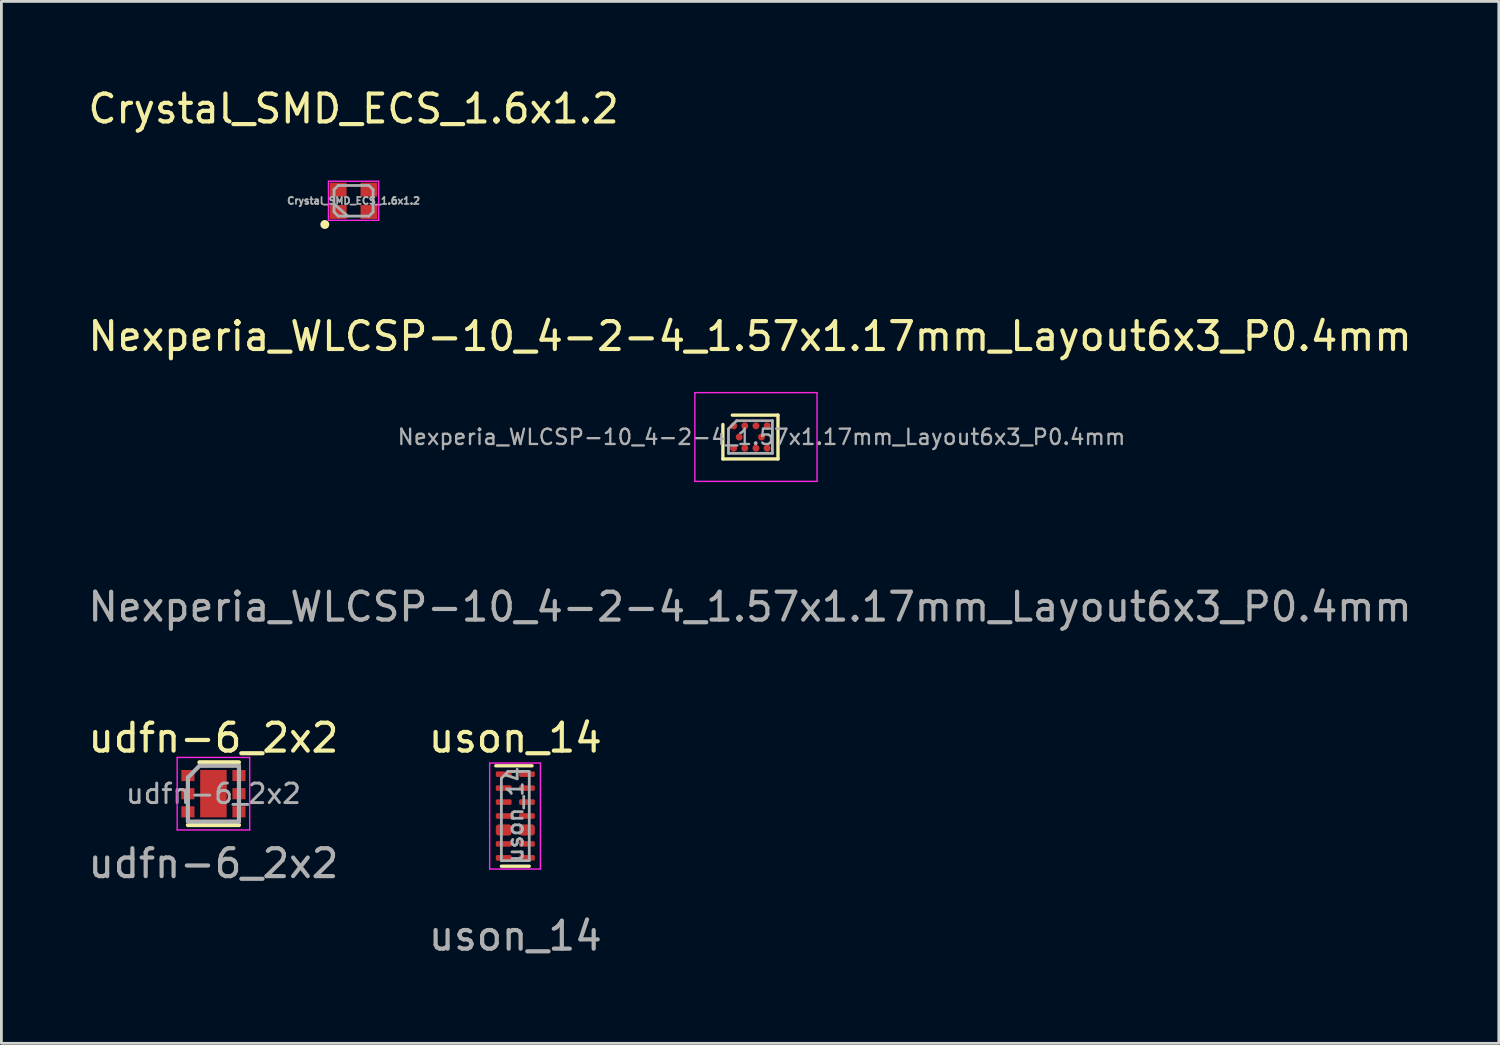
<source format=kicad_pcb>
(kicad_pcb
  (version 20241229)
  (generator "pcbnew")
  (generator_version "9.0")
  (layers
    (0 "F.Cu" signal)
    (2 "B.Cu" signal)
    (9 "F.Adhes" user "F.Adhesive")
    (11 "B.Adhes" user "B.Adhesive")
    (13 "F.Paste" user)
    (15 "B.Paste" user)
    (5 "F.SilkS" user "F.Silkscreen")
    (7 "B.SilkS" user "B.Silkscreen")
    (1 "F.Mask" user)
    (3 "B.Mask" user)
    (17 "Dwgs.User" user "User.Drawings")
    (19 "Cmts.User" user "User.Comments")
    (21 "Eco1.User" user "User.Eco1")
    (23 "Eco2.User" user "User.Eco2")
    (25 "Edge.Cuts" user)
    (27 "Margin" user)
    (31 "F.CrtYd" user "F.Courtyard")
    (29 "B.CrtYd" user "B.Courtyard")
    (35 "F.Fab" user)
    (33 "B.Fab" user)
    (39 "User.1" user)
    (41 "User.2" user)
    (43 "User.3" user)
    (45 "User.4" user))
  (footprint "Nexperia_WLCSP-10_4-2-4_1.57x1.17mm_Layout6x3_P0.4mm"
    (layer "F.Cu")
    (at 23.839 12.606)
    (property "Reference" "Nexperia_WLCSP-10_4-2-4_1.57x1.17mm_Layout6x3_P0.4mm" (at 0 -3.6 0) (unlocked yes) (layer "F.SilkS") (effects (font (size 1 1) (thickness 0.15))))
    (attr smd)
    (fp_line (start -0.975 0.795) (end -0.975 -0.438) (stroke (width 0.12) (type solid)) (layer "F.SilkS"))
    (fp_line (start -0.637 -0.775) (end 1 -0.775) (stroke (width 0.12) (type solid)) (layer "F.SilkS"))
    (fp_line (start 1 -0.775) (end 1 0.795) (stroke (width 0.12) (type solid)) (layer "F.SilkS"))
    (fp_line (start 1 0.795) (end -0.975 0.795) (stroke (width 0.12) (type solid)) (layer "F.SilkS"))
    (fp_line (start -1.98 -1.58) (end -1.98 1.6) (stroke (width 0.05) (type solid)) (layer "F.CrtYd"))
    (fp_line (start -1.98 1.6) (end 2.4 1.6) (stroke (width 0.05) (type solid)) (layer "F.CrtYd"))
    (fp_line (start 2.4 -1.58) (end -1.98 -1.58) (stroke (width 0.05) (type solid)) (layer "F.CrtYd"))
    (fp_line (start 2.4 1.6) (end 2.4 -1.58) (stroke (width 0.05) (type solid)) (layer "F.CrtYd"))
    (fp_line (start -0.775 -0.282) (end -0.482 -0.575) (stroke (width 0.1) (type solid)) (layer "F.Fab"))
    (fp_line (start -0.775 0.595) (end -0.775 -0.282) (stroke (width 0.1) (type solid)) (layer "F.Fab"))
    (fp_line (start -0.482 -0.575) (end 0.8 -0.575) (stroke (width 0.1) (type solid)) (layer "F.Fab"))
    (fp_line (start 0.8 -0.575) (end 0.8 0.595) (stroke (width 0.1) (type solid)) (layer "F.Fab"))
    (fp_line (start 0.8 0.595) (end -0.775 0.595) (stroke (width 0.1) (type solid)) (layer "F.Fab"))
    (fp_text user "${REFERENCE}" (at 0 6.1 0) (unlocked yes) (layer "F.Fab") (effects (font (size 1 1) (thickness 0.15))))
    (fp_text user "${REFERENCE}" (at 0.41 0.01 0) (layer "F.Fab") (effects (font (size 0.55 0.55) (thickness 0.083))))
    (pad "A1" smd circle (at -0.59 -0.39) (size 0.25 0.25) (layers "F.Cu" "F.Mask" "F.Paste"))
    (pad "A2" smd circle (at -0.19 -0.39) (size 0.25 0.25) (layers "F.Cu" "F.Mask" "F.Paste"))
    (pad "A3" smd circle (at 0.21 -0.39) (size 0.25 0.25) (layers "F.Cu" "F.Mask" "F.Paste"))
    (pad "A4" smd circle (at 0.61 -0.39) (size 0.25 0.25) (layers "F.Cu" "F.Mask" "F.Paste"))
    (pad "B1" smd circle (at -0.39 0.01) (size 0.25 0.25) (layers "F.Cu" "F.Mask" "F.Paste"))
    (pad "B2" smd circle (at 0.41 0.01) (size 0.25 0.25) (layers "F.Cu" "F.Mask" "F.Paste"))
    (pad "C1" smd circle (at -0.59 0.41) (size 0.25 0.25) (layers "F.Cu" "F.Mask" "F.Paste"))
    (pad "C2" smd circle (at -0.19 0.41) (size 0.25 0.25) (layers "F.Cu" "F.Mask" "F.Paste"))
    (pad "C3" smd circle (at 0.21 0.41) (size 0.25 0.25) (layers "F.Cu" "F.Mask" "F.Paste"))
    (pad "C4" smd circle (at 0.61 0.41) (size 0.25 0.25) (layers "F.Cu" "F.Mask" "F.Paste")))
  (footprint "udfn-6_2x2"
    (layer "F.Cu")
    (at 4.601 25.402)
    (property "Reference" "udfn-6_2x2" (at 0 -2 0) (unlocked yes) (layer "F.SilkS") (effects (font (size 1 1) (thickness 0.15))))
    (attr smd)
    (fp_line (start -0.915 1.125) (end 0.915 1.125) (stroke (width 0.15) (type solid)) (layer "F.SilkS"))
    (fp_line (start -0.5 -1.125) (end 0.915 -1.125) (stroke (width 0.15) (type solid)) (layer "F.SilkS"))
    (fp_line (start -1.3 -1.3) (end -1.3 1.3) (stroke (width 0.05) (type solid)) (layer "F.CrtYd"))
    (fp_line (start -1.3 -1.3) (end 1.3 -1.3) (stroke (width 0.05) (type solid)) (layer "F.CrtYd"))
    (fp_line (start -1.3 1.3) (end 1.3 1.3) (stroke (width 0.05) (type solid)) (layer "F.CrtYd"))
    (fp_line (start 1.3 -1.3) (end 1.3 1.3) (stroke (width 0.05) (type solid)) (layer "F.CrtYd"))
    (fp_line (start -0.915 1) (end -0.915 -0.591) (stroke (width 0.15) (type solid)) (layer "F.Fab"))
    (fp_line (start -0.902 -0.591) (end -0.5 -1) (stroke (width 0.15) (type solid)) (layer "F.Fab"))
    (fp_line (start -0.5 -1) (end 0.915 -1) (stroke (width 0.15) (type solid)) (layer "F.Fab"))
    (fp_line (start 0.915 -1) (end 0.915 1) (stroke (width 0.15) (type solid)) (layer "F.Fab"))
    (fp_line (start 0.915 1) (end -0.9 1) (stroke (width 0.15) (type solid)) (layer "F.Fab"))
    (fp_text user "${REFERENCE}" (at 0 0 0) (layer "F.Fab") (effects (font (size 0.7 0.7) (thickness 0.105))))
    (fp_text user "${REFERENCE}" (at 0 2.5 0) (unlocked yes) (layer "F.Fab") (effects (font (size 1 1) (thickness 0.15))))
    (pad "" smd rect (at -0.325 -0.375) (size 0.5 0.6) (layers "F.Paste"))
    (pad "" smd rect (at -0.325 0.375) (size 0.5 0.6) (layers "F.Paste"))
    (pad "" smd rect (at 0.325 -0.375) (size 0.5 0.6) (layers "F.Paste"))
    (pad "" smd rect (at 0.325 0.375) (size 0.5 0.6) (layers "F.Paste"))
    (pad "1" smd rect (at -0.915 -0.65) (size 0.47 0.4) (layers "F.Cu" "F.Mask" "F.Paste"))
    (pad "2" smd rect (at -0.915 0) (size 0.47 0.4) (layers "F.Cu" "F.Mask" "F.Paste"))
    (pad "3" smd rect (at -0.915 0.65) (size 0.47 0.4) (layers "F.Cu" "F.Mask" "F.Paste"))
    (pad "4" smd rect (at 0.915 0.65) (size 0.47 0.4) (layers "F.Cu" "F.Mask" "F.Paste"))
    (pad "5" smd rect (at 0.915 0) (size 0.47 0.4) (layers "F.Cu" "F.Mask" "F.Paste"))
    (pad "6" smd rect (at 0.915 -0.65) (size 0.47 0.4) (layers "F.Cu" "F.Mask" "F.Paste"))
    (pad "9" smd rect (at 0 0) (size 0.95 1.7) (layers "F.Cu" "F.Mask")))
  (footprint "uson_14"
    (layer "F.Cu")
    (at 15.423 26.702)
    (property "Reference" "uson_14" (at 0 -3.3 0) (unlocked yes) (layer "F.SilkS") (effects (font (size 1 1) (thickness 0.15))))
    (attr smd)
    (fp_line (start 0.5 1.3) (end -0.5 1.3) (stroke (width 0.12) (type solid)) (layer "F.SilkS"))
    (fp_line (start 0.6 -2.3) (end -0.7 -2.3) (stroke (width 0.12) (type solid)) (layer "F.SilkS"))
    (fp_line (start -0.92 -2.4) (end 0.9 -2.4) (stroke (width 0.05) (type solid)) (layer "F.CrtYd"))
    (fp_line (start -0.92 1.4) (end -0.92 -2.4) (stroke (width 0.05) (type solid)) (layer "F.CrtYd"))
    (fp_line (start 0.9 -2.4) (end 0.9 1.4) (stroke (width 0.05) (type solid)) (layer "F.CrtYd"))
    (fp_line (start 0.9 1.4) (end -0.91 1.4) (stroke (width 0.05) (type solid)) (layer "F.CrtYd"))
    (fp_line (start -0.5 -1.85) (end -0.5 1.1) (stroke (width 0.1) (type solid)) (layer "F.Fab"))
    (fp_line (start -0.5 1.1) (end 0.5 1.1) (stroke (width 0.1) (type solid)) (layer "F.Fab"))
    (fp_line (start -0.25 -2.1) (end -0.5 -1.85) (stroke (width 0.1) (type solid)) (layer "F.Fab"))
    (fp_line (start 0.475 -2.1) (end -0.275 -2.1) (stroke (width 0.1) (type solid)) (layer "F.Fab"))
    (fp_line (start 0.5 -2.1) (end 0.5 1.1) (stroke (width 0.1) (type solid)) (layer "F.Fab"))
    (fp_text user "${REFERENCE}" (at 0 3.8 0) (unlocked yes) (layer "F.Fab") (effects (font (size 1 1) (thickness 0.15))))
    (fp_text user "${REFERENCE}" (at 0 -0.55 90) (layer "F.Fab") (effects (font (size 0.55 0.55) (thickness 0.1))))
    (pad "1" smd roundrect (at -0.417 -2) (size 0.565 0.2) (layers "F.Cu" "F.Mask" "F.Paste") (roundrect_rratio 0.25))
    (pad "2" smd roundrect (at -0.417 -1.5) (size 0.565 0.2) (layers "F.Cu" "F.Mask" "F.Paste") (roundrect_rratio 0.25))
    (pad "3" smd roundrect (at -0.417 -1) (size 0.565 0.2) (layers "F.Cu" "F.Mask" "F.Paste") (roundrect_rratio 0.25))
    (pad "4" smd roundrect (at -0.417 -0.5) (size 0.565 0.2) (layers "F.Cu" "F.Mask" "F.Paste") (roundrect_rratio 0.25))
    (pad "5" smd roundrect (at -0.417 0) (size 0.565 0.4) (layers "F.Cu" "F.Mask" "F.Paste") (roundrect_rratio 0.25))
    (pad "6" smd roundrect (at -0.417 0.5) (size 0.565 0.2) (layers "F.Cu" "F.Mask" "F.Paste") (roundrect_rratio 0.25))
    (pad "7" smd roundrect (at -0.417 1) (size 0.565 0.2) (layers "F.Cu" "F.Mask" "F.Paste") (roundrect_rratio 0.25))
    (pad "8" smd roundrect (at 0.417 1) (size 0.565 0.2) (layers "F.Cu" "F.Mask" "F.Paste") (roundrect_rratio 0.25))
    (pad "9" smd roundrect (at 0.417 0.5) (size 0.565 0.2) (layers "F.Cu" "F.Mask" "F.Paste") (roundrect_rratio 0.25))
    (pad "10" smd roundrect (at 0.417 0) (size 0.565 0.4) (layers "F.Cu" "F.Mask" "F.Paste") (roundrect_rratio 0.25))
    (pad "11" smd roundrect (at 0.417 -0.5) (size 0.565 0.2) (layers "F.Cu" "F.Mask" "F.Paste") (roundrect_rratio 0.25))
    (pad "12" smd roundrect (at 0.417 -1) (size 0.565 0.2) (layers "F.Cu" "F.Mask" "F.Paste") (roundrect_rratio 0.25))
    (pad "13" smd roundrect (at 0.417 -1.5) (size 0.565 0.2) (layers "F.Cu" "F.Mask" "F.Paste") (roundrect_rratio 0.25))
    (pad "14" smd roundrect (at 0.417 -2) (size 0.565 0.2) (layers "F.Cu" "F.Mask" "F.Paste") (roundrect_rratio 0.25)))
  (footprint "Crystal_SMD_ECS_1.6x1.2"
    (layer "F.Cu")
    (at 9.625 4.148)
    (property "Reference" "Crystal_SMD_ECS_1.6x1.2" (at 0 -3.3 0) (unlocked yes) (layer "F.SilkS") (effects (font (size 1 1) (thickness 0.15))))
    (attr smd)
    (fp_circle (center -1.031 0.849) (end -0.931 0.849) (stroke (width 0.12) (type solid)) (fill yes) (layer "F.SilkS"))
    (fp_line (start -0.9 -0.7) (end -0.9 0.7) (stroke (width 0.05) (type solid)) (layer "F.CrtYd"))
    (fp_line (start -0.9 0.7) (end 0.9 0.7) (stroke (width 0.05) (type solid)) (layer "F.CrtYd"))
    (fp_line (start 0.9 -0.7) (end -0.9 -0.7) (stroke (width 0.05) (type solid)) (layer "F.CrtYd"))
    (fp_line (start 0.9 0.7) (end 0.9 -0.7) (stroke (width 0.05) (type solid)) (layer "F.CrtYd"))
    (fp_line (start -0.7 -0.4) (end -0.55 -0.55) (stroke (width 0.1) (type solid)) (layer "F.Fab"))
    (fp_line (start -0.7 0.115) (end -0.214 0.546) (stroke (width 0.1) (type solid)) (layer "F.Fab"))
    (fp_line (start -0.7 0.4) (end -0.7 -0.4) (stroke (width 0.1) (type solid)) (layer "F.Fab"))
    (fp_line (start -0.55 -0.55) (end 0.55 -0.55) (stroke (width 0.1) (type solid)) (layer "F.Fab"))
    (fp_line (start -0.55 0.55) (end -0.7 0.4) (stroke (width 0.1) (type solid)) (layer "F.Fab"))
    (fp_line (start 0.55 -0.55) (end 0.7 -0.4) (stroke (width 0.1) (type solid)) (layer "F.Fab"))
    (fp_line (start 0.55 0.55) (end -0.55 0.55) (stroke (width 0.1) (type solid)) (layer "F.Fab"))
    (fp_line (start 0.7 -0.4) (end 0.7 0.4) (stroke (width 0.1) (type solid)) (layer "F.Fab"))
    (fp_line (start 0.7 0.4) (end 0.55 0.55) (stroke (width 0.1) (type solid)) (layer "F.Fab"))
    (fp_text user "${REFERENCE}" (at 0 0 0) (layer "F.Fab") (effects (font (size 0.25 0.25) (thickness 0.062))))
    (pad "1" smd rect (at -0.55 0.4) (size 0.6 0.5) (layers "F.Cu" "F.Mask" "F.Paste"))
    (pad "2" smd rect (at 0.55 0.4) (size 0.6 0.5) (layers "F.Cu" "F.Mask" "F.Paste"))
    (pad "3" smd rect (at 0.55 -0.4) (size 0.6 0.5) (layers "F.Cu" "F.Mask" "F.Paste"))
    (pad "4" smd rect (at -0.55 -0.4) (size 0.6 0.5) (layers "F.Cu" "F.Mask" "F.Paste")))
  (gr_rect
    (start -3 -3)
    (end 50.679 34.351)
    (stroke (width 0.1) (type default))
    (fill no)
    (layer "Edge.Cuts")))
</source>
